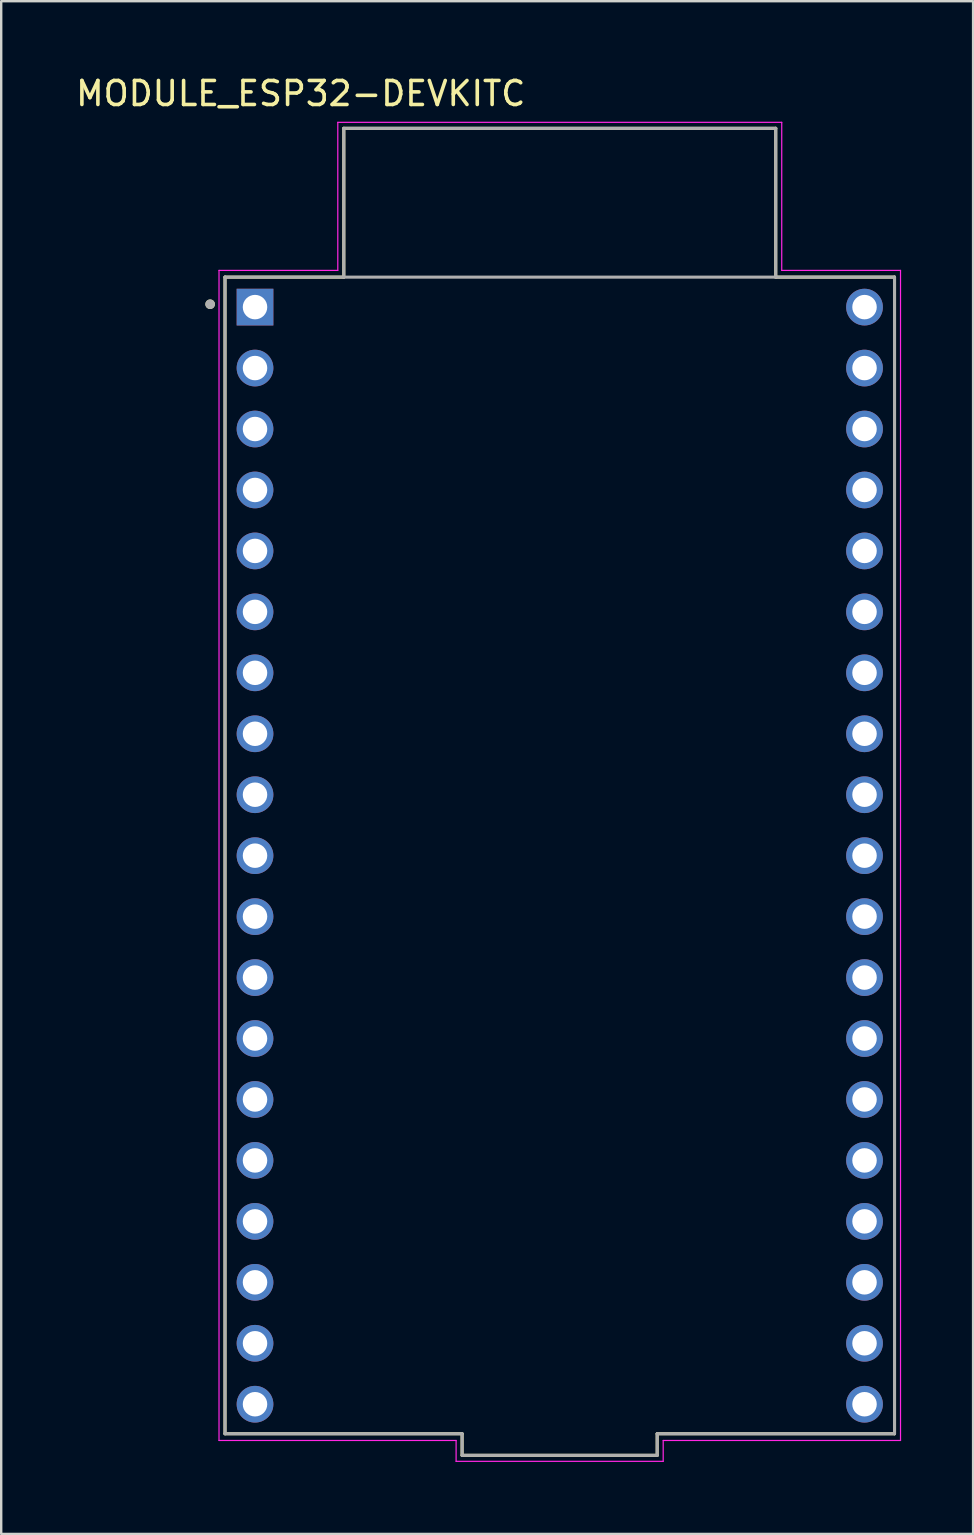
<source format=kicad_pcb>
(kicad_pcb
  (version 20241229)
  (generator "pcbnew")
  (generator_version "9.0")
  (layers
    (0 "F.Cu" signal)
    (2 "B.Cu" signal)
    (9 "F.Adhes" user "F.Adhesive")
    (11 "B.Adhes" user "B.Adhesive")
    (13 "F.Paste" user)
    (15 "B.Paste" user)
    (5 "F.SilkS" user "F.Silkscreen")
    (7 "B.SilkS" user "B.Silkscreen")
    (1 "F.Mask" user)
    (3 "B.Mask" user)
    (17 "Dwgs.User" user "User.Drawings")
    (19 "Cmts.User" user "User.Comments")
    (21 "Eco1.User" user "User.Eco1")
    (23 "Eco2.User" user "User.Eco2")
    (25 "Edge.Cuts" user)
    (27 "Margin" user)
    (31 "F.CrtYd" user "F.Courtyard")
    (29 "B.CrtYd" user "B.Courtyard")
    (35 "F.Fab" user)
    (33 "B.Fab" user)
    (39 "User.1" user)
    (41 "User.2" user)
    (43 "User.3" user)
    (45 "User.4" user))
  (footprint "MODULE_ESP32-DEVKITC"
    (layer "F.Cu")
    (at 20.277 32.598)
    (property "Reference" "MODULE_ESP32-DEVKITC" (at -10.795 -31.75 0) (layer "F.SilkS") (effects (font (size 1 1) (thickness 0.15))))
    (attr through_hole)
    (fp_line (start -13.95 -24.1) (end -13.95 24.1) (stroke (width 0.127) (type solid)) (layer "F.SilkS"))
    (fp_line (start -13.95 24.1) (end -4.07 24.1) (stroke (width 0.127) (type solid)) (layer "F.SilkS"))
    (fp_line (start -9 -30.3) (end 9 -30.3) (stroke (width 0.127) (type solid)) (layer "F.SilkS"))
    (fp_line (start -9 -24.1) (end -13.95 -24.1) (stroke (width 0.127) (type solid)) (layer "F.SilkS"))
    (fp_line (start -9 -24.1) (end -9 -30.3) (stroke (width 0.127) (type solid)) (layer "F.SilkS"))
    (fp_line (start -4.07 24.1) (end -4.07 25) (stroke (width 0.127) (type solid)) (layer "F.SilkS"))
    (fp_line (start -4.07 25) (end 4.06 25) (stroke (width 0.127) (type solid)) (layer "F.SilkS"))
    (fp_line (start 4.06 24.1) (end 13.95 24.1) (stroke (width 0.127) (type solid)) (layer "F.SilkS"))
    (fp_line (start 4.06 25) (end 4.06 24.1) (stroke (width 0.127) (type solid)) (layer "F.SilkS"))
    (fp_line (start 9 -30.3) (end 9 -24.1) (stroke (width 0.127) (type solid)) (layer "F.SilkS"))
    (fp_line (start 13.95 -24.1) (end 9 -24.1) (stroke (width 0.127) (type solid)) (layer "F.SilkS"))
    (fp_line (start 13.95 24.1) (end 13.95 -24.1) (stroke (width 0.127) (type solid)) (layer "F.SilkS"))
    (fp_circle (center -14.57 -22.97) (end -14.47 -22.97) (stroke (width 0.2) (type solid)) (fill no) (layer "F.SilkS"))
    (fp_line (start -14.2 -24.38) (end -14.2 24.38) (stroke (width 0.05) (type solid)) (layer "F.CrtYd"))
    (fp_line (start -14.2 24.38) (end -4.32 24.38) (stroke (width 0.05) (type solid)) (layer "F.CrtYd"))
    (fp_line (start -9.25 -30.55) (end 9.25 -30.55) (stroke (width 0.05) (type solid)) (layer "F.CrtYd"))
    (fp_line (start -9.25 -24.38) (end -14.2 -24.38) (stroke (width 0.05) (type solid)) (layer "F.CrtYd"))
    (fp_line (start -9.25 -24.38) (end -9.25 -30.55) (stroke (width 0.05) (type solid)) (layer "F.CrtYd"))
    (fp_line (start -4.32 24.38) (end -4.32 25.25) (stroke (width 0.05) (type solid)) (layer "F.CrtYd"))
    (fp_line (start -4.32 25.25) (end 4.31 25.25) (stroke (width 0.05) (type solid)) (layer "F.CrtYd"))
    (fp_line (start 4.31 24.38) (end 14.2 24.38) (stroke (width 0.05) (type solid)) (layer "F.CrtYd"))
    (fp_line (start 4.31 25.25) (end 4.31 24.38) (stroke (width 0.05) (type solid)) (layer "F.CrtYd"))
    (fp_line (start 9.25 -30.55) (end 9.25 -24.38) (stroke (width 0.05) (type solid)) (layer "F.CrtYd"))
    (fp_line (start 14.2 -24.38) (end 9.25 -24.38) (stroke (width 0.05) (type solid)) (layer "F.CrtYd"))
    (fp_line (start 14.2 24.38) (end 14.2 -24.38) (stroke (width 0.05) (type solid)) (layer "F.CrtYd"))
    (fp_line (start -13.95 -24.1) (end -13.95 24.1) (stroke (width 0.127) (type solid)) (layer "F.Fab"))
    (fp_line (start -13.95 24.1) (end -4.07 24.1) (stroke (width 0.127) (type solid)) (layer "F.Fab"))
    (fp_line (start -9 -30.3) (end 9 -30.3) (stroke (width 0.127) (type solid)) (layer "F.Fab"))
    (fp_line (start -9 -24.1) (end -13.95 -24.1) (stroke (width 0.127) (type solid)) (layer "F.Fab"))
    (fp_line (start -9 -24.1) (end -9 -30.3) (stroke (width 0.127) (type solid)) (layer "F.Fab"))
    (fp_line (start -4.07 24.1) (end -4.07 25) (stroke (width 0.127) (type solid)) (layer "F.Fab"))
    (fp_line (start -4.07 25) (end 4.06 25) (stroke (width 0.127) (type solid)) (layer "F.Fab"))
    (fp_line (start 4.06 24.1) (end 13.95 24.1) (stroke (width 0.127) (type solid)) (layer "F.Fab"))
    (fp_line (start 4.06 25) (end 4.06 24.1) (stroke (width 0.127) (type solid)) (layer "F.Fab"))
    (fp_line (start 9 -30.3) (end 9 -24.1) (stroke (width 0.127) (type solid)) (layer "F.Fab"))
    (fp_line (start 9 -24.1) (end -9 -24.1) (stroke (width 0.127) (type solid)) (layer "F.Fab"))
    (fp_line (start 13.95 -24.1) (end 9 -24.1) (stroke (width 0.127) (type solid)) (layer "F.Fab"))
    (fp_line (start 13.95 24.1) (end 13.95 -24.1) (stroke (width 0.127) (type solid)) (layer "F.Fab"))
    (fp_circle (center -14.57 -22.97) (end -14.47 -22.97) (stroke (width 0.2) (type solid)) (fill no) (layer "F.Fab"))
    (pad "1" thru_hole rect (at -12.7 -22.85) (size 1.53 1.53) (drill 1.02) (layers "*.Cu" "*.Mask"))
    (pad "2" thru_hole circle (at -12.7 -20.31) (size 1.53 1.53) (drill 1.02) (layers "*.Cu" "*.Mask"))
    (pad "3" thru_hole circle (at -12.7 -17.77) (size 1.53 1.53) (drill 1.02) (layers "*.Cu" "*.Mask"))
    (pad "4" thru_hole circle (at -12.7 -15.23) (size 1.53 1.53) (drill 1.02) (layers "*.Cu" "*.Mask"))
    (pad "5" thru_hole circle (at -12.7 -12.69) (size 1.53 1.53) (drill 1.02) (layers "*.Cu" "*.Mask"))
    (pad "6" thru_hole circle (at -12.7 -10.15) (size 1.53 1.53) (drill 1.02) (layers "*.Cu" "*.Mask"))
    (pad "7" thru_hole circle (at -12.7 -7.61) (size 1.53 1.53) (drill 1.02) (layers "*.Cu" "*.Mask"))
    (pad "8" thru_hole circle (at -12.7 -5.07) (size 1.53 1.53) (drill 1.02) (layers "*.Cu" "*.Mask"))
    (pad "9" thru_hole circle (at -12.7 -2.53) (size 1.53 1.53) (drill 1.02) (layers "*.Cu" "*.Mask"))
    (pad "10" thru_hole circle (at -12.7 0.01) (size 1.53 1.53) (drill 1.02) (layers "*.Cu" "*.Mask"))
    (pad "11" thru_hole circle (at -12.7 2.55) (size 1.53 1.53) (drill 1.02) (layers "*.Cu" "*.Mask"))
    (pad "12" thru_hole circle (at -12.7 5.09) (size 1.53 1.53) (drill 1.02) (layers "*.Cu" "*.Mask"))
    (pad "13" thru_hole circle (at -12.7 7.63) (size 1.53 1.53) (drill 1.02) (layers "*.Cu" "*.Mask"))
    (pad "14" thru_hole circle (at -12.7 10.17) (size 1.53 1.53) (drill 1.02) (layers "*.Cu" "*.Mask"))
    (pad "15" thru_hole circle (at -12.7 12.71) (size 1.53 1.53) (drill 1.02) (layers "*.Cu" "*.Mask"))
    (pad "16" thru_hole circle (at -12.7 15.25) (size 1.53 1.53) (drill 1.02) (layers "*.Cu" "*.Mask"))
    (pad "17" thru_hole circle (at -12.7 17.79) (size 1.53 1.53) (drill 1.02) (layers "*.Cu" "*.Mask"))
    (pad "18" thru_hole circle (at -12.7 20.33) (size 1.53 1.53) (drill 1.02) (layers "*.Cu" "*.Mask"))
    (pad "19" thru_hole circle (at -12.7 22.87) (size 1.53 1.53) (drill 1.02) (layers "*.Cu" "*.Mask"))
    (pad "20" thru_hole circle (at 12.7 22.87) (size 1.53 1.53) (drill 1.02) (layers "*.Cu" "*.Mask"))
    (pad "21" thru_hole circle (at 12.7 20.33) (size 1.53 1.53) (drill 1.02) (layers "*.Cu" "*.Mask"))
    (pad "22" thru_hole circle (at 12.7 17.79) (size 1.53 1.53) (drill 1.02) (layers "*.Cu" "*.Mask"))
    (pad "23" thru_hole circle (at 12.7 15.25) (size 1.53 1.53) (drill 1.02) (layers "*.Cu" "*.Mask"))
    (pad "24" thru_hole circle (at 12.7 12.71) (size 1.53 1.53) (drill 1.02) (layers "*.Cu" "*.Mask"))
    (pad "25" thru_hole circle (at 12.7 10.17) (size 1.53 1.53) (drill 1.02) (layers "*.Cu" "*.Mask"))
    (pad "26" thru_hole circle (at 12.7 7.63) (size 1.53 1.53) (drill 1.02) (layers "*.Cu" "*.Mask"))
    (pad "27" thru_hole circle (at 12.7 5.09) (size 1.53 1.53) (drill 1.02) (layers "*.Cu" "*.Mask"))
    (pad "28" thru_hole circle (at 12.7 2.55) (size 1.53 1.53) (drill 1.02) (layers "*.Cu" "*.Mask"))
    (pad "29" thru_hole circle (at 12.7 0.01) (size 1.53 1.53) (drill 1.02) (layers "*.Cu" "*.Mask"))
    (pad "30" thru_hole circle (at 12.7 -2.53) (size 1.53 1.53) (drill 1.02) (layers "*.Cu" "*.Mask"))
    (pad "31" thru_hole circle (at 12.7 -5.07) (size 1.53 1.53) (drill 1.02) (layers "*.Cu" "*.Mask"))
    (pad "32" thru_hole circle (at 12.7 -7.61) (size 1.53 1.53) (drill 1.02) (layers "*.Cu" "*.Mask"))
    (pad "33" thru_hole circle (at 12.7 -10.15) (size 1.53 1.53) (drill 1.02) (layers "*.Cu" "*.Mask"))
    (pad "34" thru_hole circle (at 12.7 -12.69) (size 1.53 1.53) (drill 1.02) (layers "*.Cu" "*.Mask"))
    (pad "35" thru_hole circle (at 12.7 -15.23) (size 1.53 1.53) (drill 1.02) (layers "*.Cu" "*.Mask"))
    (pad "36" thru_hole circle (at 12.7 -17.77) (size 1.53 1.53) (drill 1.02) (layers "*.Cu" "*.Mask"))
    (pad "37" thru_hole circle (at 12.7 -20.31) (size 1.53 1.53) (drill 1.02) (layers "*.Cu" "*.Mask"))
    (pad "38" thru_hole circle (at 12.7 -22.85) (size 1.53 1.53) (drill 1.02) (layers "*.Cu" "*.Mask")))
  (gr_rect
    (start -3 -3)
    (end 37.502 60.873)
    (stroke (width 0.1) (type default))
    (fill no)
    (layer "Edge.Cuts")))
</source>
